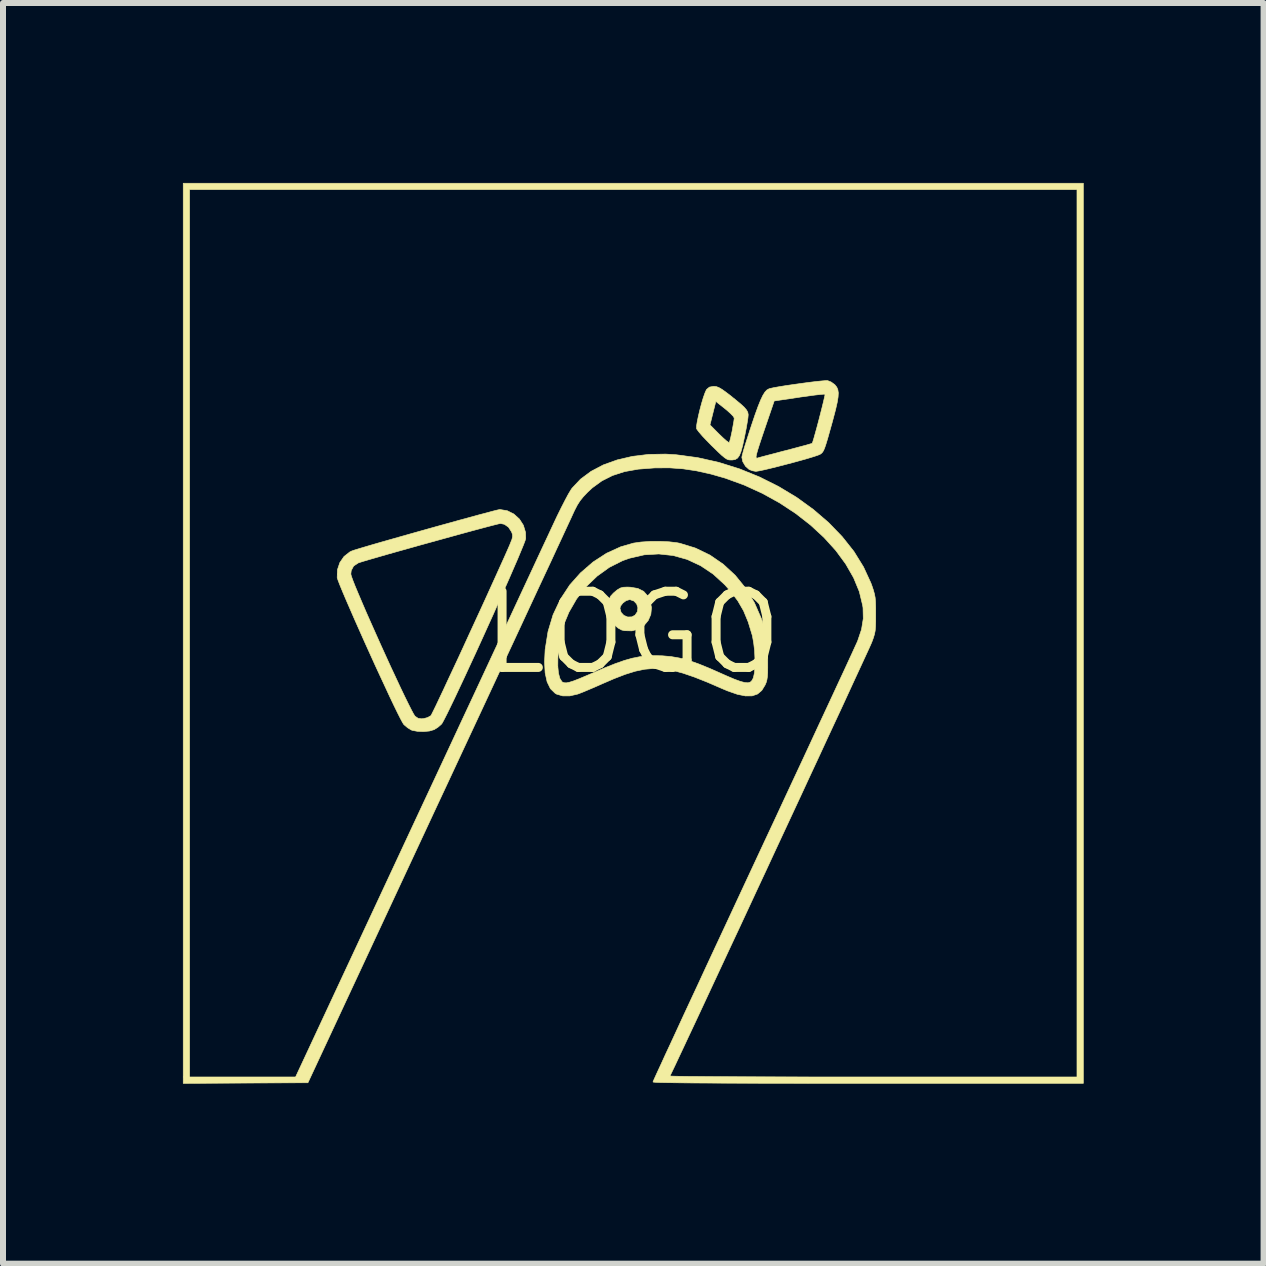
<source format=kicad_pcb>
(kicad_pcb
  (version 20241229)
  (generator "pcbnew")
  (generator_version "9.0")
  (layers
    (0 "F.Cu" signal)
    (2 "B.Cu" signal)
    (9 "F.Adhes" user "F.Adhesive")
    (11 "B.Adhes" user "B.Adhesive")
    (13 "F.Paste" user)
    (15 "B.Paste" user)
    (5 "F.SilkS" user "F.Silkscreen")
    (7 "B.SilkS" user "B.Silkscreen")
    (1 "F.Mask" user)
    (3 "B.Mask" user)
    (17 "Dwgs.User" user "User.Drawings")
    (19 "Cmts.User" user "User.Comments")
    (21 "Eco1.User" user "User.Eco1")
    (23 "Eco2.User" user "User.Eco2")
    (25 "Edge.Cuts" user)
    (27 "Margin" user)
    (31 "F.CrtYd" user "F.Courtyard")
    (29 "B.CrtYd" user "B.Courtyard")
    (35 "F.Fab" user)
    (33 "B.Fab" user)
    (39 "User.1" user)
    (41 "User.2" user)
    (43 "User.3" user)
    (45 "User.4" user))
  (footprint "LOGO"
    (layer "F.Cu")
    (at 7.498 7.498)
    (property "Reference" "LOGO" (at 0 0 0) (layer "F.SilkS") (effects (font (size 1.27 1.27) (thickness 0.15))))
    (attr through_hole)
    (fp_poly (pts (xy -0.04 -0.758) (xy 0.086 -0.737) (xy 0.183 -0.689) (xy 0.253 -0.61) (xy 0.287 -0.54) (xy 0.314 -0.419) (xy 0.303 -0.305) (xy 0.26 -0.204) (xy 0.191 -0.121) (xy 0.098 -0.061) (xy -0.011 -0.03) (xy -0.133 -0.033) (xy -0.183 -0.044) (xy -0.243 -0.077) (xy -0.31 -0.134) (xy -0.369 -0.202) (xy -0.409 -0.268) (xy -0.415 -0.286) (xy -0.423 -0.365) (xy -0.42 -0.406) (xy -0.212 -0.406) (xy -0.193 -0.338) (xy -0.147 -0.288) (xy -0.083 -0.261) (xy -0.014 -0.263) (xy 0.039 -0.291) (xy 0.079 -0.349) (xy 0.087 -0.415) (xy 0.067 -0.478) (xy 0.022 -0.527) (xy -0.043 -0.55) (xy -0.054 -0.55) (xy -0.109 -0.534) (xy -0.163 -0.494) (xy -0.202 -0.443) (xy -0.212 -0.406) (xy -0.42 -0.406) (xy -0.416 -0.458) (xy -0.396 -0.545) (xy -0.367 -0.609) (xy -0.366 -0.61) (xy -0.32 -0.66) (xy -0.261 -0.71) (xy -0.252 -0.716) (xy -0.205 -0.744) (xy -0.156 -0.757) (xy -0.09 -0.76) (xy -0.04 -0.758)) (stroke (width 0.01) (type solid)) (fill yes) (layer "F.SilkS"))
    (fp_poly (pts (xy 1.396 -4.102) (xy 1.44 -4.085) (xy 1.496 -4.052) (xy 1.57 -3.998) (xy 1.611 -3.967) (xy 1.723 -3.877) (xy 1.806 -3.808) (xy 1.863 -3.755) (xy 1.899 -3.712) (xy 1.919 -3.675) (xy 1.926 -3.639) (xy 1.926 -3.627) (xy 1.922 -3.581) (xy 1.91 -3.504) (xy 1.893 -3.405) (xy 1.871 -3.293) (xy 1.863 -3.255) (xy 1.834 -3.12) (xy 1.807 -3.022) (xy 1.78 -2.954) (xy 1.749 -2.911) (xy 1.712 -2.888) (xy 1.663 -2.879) (xy 1.635 -2.879) (xy 1.604 -2.881) (xy 1.572 -2.892) (xy 1.535 -2.916) (xy 1.485 -2.957) (xy 1.419 -3.019) (xy 1.329 -3.107) (xy 1.319 -3.116) (xy 1.236 -3.201) (xy 1.163 -3.278) (xy 1.107 -3.343) (xy 1.073 -3.388) (xy 1.065 -3.403) (xy 1.066 -3.446) (xy 1.068 -3.464) (xy 1.289 -3.464) (xy 1.443 -3.309) (xy 1.508 -3.247) (xy 1.562 -3.199) (xy 1.598 -3.173) (xy 1.61 -3.17) (xy 1.62 -3.197) (xy 1.635 -3.254) (xy 1.652 -3.333) (xy 1.659 -3.365) (xy 1.674 -3.451) (xy 1.687 -3.524) (xy 1.693 -3.571) (xy 1.693 -3.579) (xy 1.678 -3.606) (xy 1.635 -3.651) (xy 1.574 -3.706) (xy 1.54 -3.734) (xy 1.387 -3.855) (xy 1.338 -3.66) (xy 1.289 -3.464) (xy 1.068 -3.464) (xy 1.077 -3.519) (xy 1.096 -3.612) (xy 1.121 -3.717) (xy 1.149 -3.822) (xy 1.178 -3.919) (xy 1.206 -3.998) (xy 1.229 -4.049) (xy 1.234 -4.056) (xy 1.28 -4.094) (xy 1.347 -4.106) (xy 1.353 -4.106) (xy 1.396 -4.102)) (stroke (width 0.01) (type solid)) (fill yes) (layer "F.SilkS"))
    (fp_poly (pts (xy 3.251 -4.202) (xy 3.309 -4.179) (xy 3.367 -4.137) (xy 3.374 -4.13) (xy 3.403 -4.093) (xy 3.421 -4.051) (xy 3.429 -3.998) (xy 3.425 -3.928) (xy 3.41 -3.837) (xy 3.383 -3.718) (xy 3.343 -3.566) (xy 3.326 -3.503) (xy 3.283 -3.35) (xy 3.25 -3.232) (xy 3.223 -3.144) (xy 3.202 -3.082) (xy 3.184 -3.039) (xy 3.167 -3.011) (xy 3.149 -2.991) (xy 3.128 -2.976) (xy 3.125 -2.974) (xy 3.089 -2.959) (xy 3.021 -2.936) (xy 2.925 -2.907) (xy 2.81 -2.874) (xy 2.682 -2.839) (xy 2.549 -2.804) (xy 2.418 -2.77) (xy 2.297 -2.74) (xy 2.192 -2.715) (xy 2.111 -2.698) (xy 2.061 -2.69) (xy 2.053 -2.689) (xy 1.995 -2.7) (xy 1.942 -2.721) (xy 1.881 -2.775) (xy 1.836 -2.851) (xy 1.82 -2.925) (xy 1.823 -2.937) (xy 2.058 -2.937) (xy 2.06 -2.915) (xy 2.069 -2.909) (xy 2.08 -2.911) (xy 2.107 -2.919) (xy 2.169 -2.936) (xy 2.26 -2.96) (xy 2.372 -2.989) (xy 2.499 -3.023) (xy 2.547 -3.035) (xy 2.677 -3.069) (xy 2.792 -3.1) (xy 2.887 -3.125) (xy 2.955 -3.145) (xy 2.99 -3.155) (xy 2.993 -3.157) (xy 3.003 -3.182) (xy 3.021 -3.24) (xy 3.044 -3.322) (xy 3.072 -3.423) (xy 3.101 -3.532) (xy 3.13 -3.645) (xy 3.157 -3.751) (xy 3.18 -3.845) (xy 3.197 -3.919) (xy 3.207 -3.964) (xy 3.207 -3.975) (xy 3.184 -3.976) (xy 3.125 -3.971) (xy 3.037 -3.961) (xy 2.927 -3.946) (xy 2.801 -3.929) (xy 2.778 -3.925) (xy 2.36 -3.863) (xy 2.208 -3.418) (xy 2.154 -3.259) (xy 2.113 -3.135) (xy 2.084 -3.043) (xy 2.066 -2.978) (xy 2.058 -2.937) (xy 1.823 -2.937) (xy 1.827 -2.958) (xy 1.845 -3.026) (xy 1.873 -3.12) (xy 1.91 -3.236) (xy 1.952 -3.368) (xy 1.981 -3.456) (xy 2.04 -3.631) (xy 2.09 -3.769) (xy 2.133 -3.876) (xy 2.17 -3.954) (xy 2.204 -4.009) (xy 2.237 -4.045) (xy 2.272 -4.065) (xy 2.291 -4.071) (xy 2.354 -4.085) (xy 2.445 -4.101) (xy 2.556 -4.119) (xy 2.68 -4.137) (xy 2.808 -4.155) (xy 2.934 -4.172) (xy 3.048 -4.186) (xy 3.145 -4.196) (xy 3.215 -4.202) (xy 3.251 -4.202) (xy 3.251 -4.202)) (stroke (width 0.01) (type solid)) (fill yes) (layer "F.SilkS"))
    (fp_poly (pts (xy 0.607 -1.515) (xy 0.742 -1.499) (xy 0.787 -1.49) (xy 1.047 -1.41) (xy 1.289 -1.293) (xy 1.51 -1.141) (xy 1.709 -0.957) (xy 1.883 -0.743) (xy 2.029 -0.501) (xy 2.146 -0.234) (xy 2.206 -0.046) (xy 2.225 0.032) (xy 2.238 0.113) (xy 2.246 0.206) (xy 2.251 0.323) (xy 2.252 0.445) (xy 2.252 0.573) (xy 2.251 0.667) (xy 2.246 0.736) (xy 2.238 0.788) (xy 2.226 0.831) (xy 2.208 0.873) (xy 2.153 0.963) (xy 2.082 1.023) (xy 1.992 1.054) (xy 1.881 1.055) (xy 1.746 1.028) (xy 1.583 0.971) (xy 1.49 0.932) (xy 1.243 0.825) (xy 1.026 0.739) (xy 0.835 0.674) (xy 0.662 0.628) (xy 0.503 0.603) (xy 0.35 0.597) (xy 0.199 0.61) (xy 0.043 0.643) (xy -0.124 0.695) (xy -0.308 0.766) (xy -0.514 0.855) (xy -0.627 0.905) (xy -0.735 0.951) (xy -0.828 0.99) (xy -0.897 1.017) (xy -0.916 1.024) (xy -1.047 1.054) (xy -1.167 1.054) (xy -1.268 1.025) (xy -1.293 1.01) (xy -1.371 0.934) (xy -1.426 0.821) (xy -1.459 0.672) (xy -1.465 0.562) (xy -1.248 0.562) (xy -1.237 0.675) (xy -1.214 0.762) (xy -1.18 0.816) (xy -1.169 0.825) (xy -1.141 0.835) (xy -1.105 0.837) (xy -1.055 0.827) (xy -0.985 0.805) (xy -0.892 0.769) (xy -0.769 0.717) (xy -0.67 0.675) (xy -0.466 0.587) (xy -0.291 0.517) (xy -0.14 0.464) (xy -0.006 0.426) (xy 0.119 0.401) (xy 0.241 0.387) (xy 0.367 0.383) (xy 0.496 0.386) (xy 0.641 0.399) (xy 0.784 0.424) (xy 0.933 0.463) (xy 1.097 0.52) (xy 1.284 0.596) (xy 1.404 0.649) (xy 1.566 0.721) (xy 1.695 0.776) (xy 1.794 0.812) (xy 1.869 0.832) (xy 1.924 0.836) (xy 1.963 0.824) (xy 1.99 0.797) (xy 2.011 0.756) (xy 2.014 0.746) (xy 2.031 0.669) (xy 2.039 0.562) (xy 2.039 0.436) (xy 2.033 0.303) (xy 2.018 0.174) (xy 1.998 0.06) (xy 1.992 0.037) (xy 1.926 -0.179) (xy 1.849 -0.365) (xy 1.752 -0.532) (xy 1.63 -0.693) (xy 1.538 -0.797) (xy 1.343 -0.976) (xy 1.132 -1.117) (xy 0.909 -1.221) (xy 0.676 -1.286) (xy 0.436 -1.312) (xy 0.194 -1.298) (xy -0.049 -1.242) (xy -0.169 -1.2) (xy -0.389 -1.089) (xy -0.593 -0.942) (xy -0.777 -0.765) (xy -0.935 -0.562) (xy -1.063 -0.34) (xy -1.134 -0.169) (xy -1.179 -0.022) (xy -1.213 0.13) (xy -1.236 0.283) (xy -1.247 0.429) (xy -1.248 0.562) (xy -1.465 0.562) (xy -1.469 0.489) (xy -1.459 0.282) (xy -1.411 -0.018) (xy -1.327 -0.298) (xy -1.205 -0.557) (xy -1.048 -0.796) (xy -0.87 -0.996) (xy -0.66 -1.178) (xy -0.435 -1.324) (xy -0.198 -1.432) (xy 0.014 -1.493) (xy 0.14 -1.511) (xy 0.291 -1.521) (xy 0.452 -1.522) (xy 0.607 -1.515)) (stroke (width 0.01) (type solid)) (fill yes) (layer "F.SilkS"))
    (fp_poly (pts (xy -2.091 -2.033) (xy -1.981 -1.978) (xy -1.889 -1.895) (xy -1.822 -1.791) (xy -1.786 -1.672) (xy -1.783 -1.572) (xy -1.793 -1.535) (xy -1.82 -1.464) (xy -1.862 -1.362) (xy -1.916 -1.232) (xy -1.982 -1.08) (xy -2.057 -0.907) (xy -2.14 -0.719) (xy -2.23 -0.518) (xy -2.323 -0.308) (xy -2.42 -0.094) (xy -2.518 0.122) (xy -2.615 0.335) (xy -2.711 0.542) (xy -2.802 0.739) (xy -2.888 0.922) (xy -2.966 1.088) (xy -3.036 1.233) (xy -3.095 1.354) (xy -3.142 1.446) (xy -3.174 1.506) (xy -3.19 1.528) (xy -3.248 1.578) (xy -3.312 1.618) (xy -3.314 1.618) (xy -3.389 1.64) (xy -3.487 1.649) (xy -3.588 1.645) (xy -3.674 1.629) (xy -3.694 1.621) (xy -3.751 1.586) (xy -3.809 1.537) (xy -3.817 1.529) (xy -3.837 1.497) (xy -3.873 1.43) (xy -3.922 1.333) (xy -3.982 1.21) (xy -4.051 1.065) (xy -4.127 0.901) (xy -4.209 0.725) (xy -4.295 0.539) (xy -4.382 0.347) (xy -4.469 0.155) (xy -4.553 -0.034) (xy -4.634 -0.216) (xy -4.708 -0.386) (xy -4.775 -0.54) (xy -4.832 -0.674) (xy -4.877 -0.783) (xy -4.909 -0.865) (xy -4.925 -0.913) (xy -4.926 -0.921) (xy -4.924 -0.977) (xy -4.699 -0.977) (xy -4.69 -0.942) (xy -4.665 -0.872) (xy -4.626 -0.773) (xy -4.574 -0.649) (xy -4.512 -0.503) (xy -4.442 -0.34) (xy -4.364 -0.164) (xy -4.282 0.02) (xy -4.198 0.208) (xy -4.112 0.397) (xy -4.028 0.581) (xy -3.946 0.756) (xy -3.87 0.919) (xy -3.8 1.065) (xy -3.739 1.189) (xy -3.689 1.288) (xy -3.652 1.357) (xy -3.629 1.392) (xy -3.627 1.394) (xy -3.577 1.428) (xy -3.522 1.436) (xy -3.486 1.433) (xy -3.421 1.416) (xy -3.37 1.388) (xy -3.363 1.383) (xy -3.35 1.359) (xy -3.321 1.301) (xy -3.277 1.211) (xy -3.222 1.094) (xy -3.155 0.953) (xy -3.08 0.791) (xy -2.997 0.614) (xy -2.908 0.424) (xy -2.816 0.224) (xy -2.722 0.019) (xy -2.627 -0.187) (xy -2.533 -0.391) (xy -2.442 -0.59) (xy -2.356 -0.78) (xy -2.276 -0.956) (xy -2.204 -1.116) (xy -2.141 -1.255) (xy -2.09 -1.37) (xy -2.052 -1.457) (xy -2.04 -1.487) (xy -2.012 -1.557) (xy -2.002 -1.604) (xy -2.005 -1.642) (xy -2.019 -1.68) (xy -2.07 -1.759) (xy -2.139 -1.807) (xy -2.203 -1.82) (xy -2.231 -1.815) (xy -2.296 -1.799) (xy -2.393 -1.774) (xy -2.517 -1.741) (xy -2.663 -1.702) (xy -2.828 -1.657) (xy -3.006 -1.608) (xy -3.194 -1.556) (xy -3.386 -1.503) (xy -3.578 -1.45) (xy -3.766 -1.397) (xy -3.945 -1.347) (xy -4.111 -1.3) (xy -4.259 -1.257) (xy -4.384 -1.221) (xy -4.483 -1.192) (xy -4.55 -1.171) (xy -4.578 -1.161) (xy -4.652 -1.111) (xy -4.692 -1.036) (xy -4.699 -0.977) (xy -4.924 -0.977) (xy -4.922 -1.049) (xy -4.882 -1.168) (xy -4.812 -1.27) (xy -4.715 -1.346) (xy -4.684 -1.361) (xy -4.648 -1.374) (xy -4.576 -1.396) (xy -4.473 -1.427) (xy -4.344 -1.465) (xy -4.192 -1.509) (xy -4.023 -1.557) (xy -3.84 -1.609) (xy -3.649 -1.663) (xy -3.453 -1.718) (xy -3.257 -1.773) (xy -3.065 -1.826) (xy -2.882 -1.877) (xy -2.712 -1.923) (xy -2.56 -1.965) (xy -2.43 -1.999) (xy -2.327 -2.027) (xy -2.254 -2.045) (xy -2.216 -2.053) (xy -2.213 -2.053) (xy -2.091 -2.033)) (stroke (width 0.01) (type solid)) (fill yes) (layer "F.SilkS"))
    (fp_poly (pts (xy 7.514 7.514) (xy 3.926 7.514) (xy 3.428 7.514) (xy 2.97 7.514) (xy 2.554 7.513) (xy 2.176 7.513) (xy 1.837 7.512) (xy 1.535 7.511) (xy 1.27 7.509) (xy 1.04 7.508) (xy 0.844 7.506) (xy 0.682 7.504) (xy 0.553 7.502) (xy 0.454 7.5) (xy 0.387 7.497) (xy 0.349 7.494) (xy 0.339 7.491) (xy 0.347 7.47) (xy 0.373 7.412) (xy 0.415 7.32) (xy 0.473 7.195) (xy 0.544 7.039) (xy 0.63 6.855) (xy 0.728 6.643) (xy 0.837 6.406) (xy 0.958 6.146) (xy 1.089 5.865) (xy 1.228 5.564) (xy 1.376 5.246) (xy 1.532 4.912) (xy 1.694 4.564) (xy 1.861 4.205) (xy 2.014 3.877) (xy 2.187 3.506) (xy 2.356 3.145) (xy 2.519 2.794) (xy 2.676 2.457) (xy 2.827 2.134) (xy 2.969 1.828) (xy 3.102 1.541) (xy 3.226 1.275) (xy 3.339 1.032) (xy 3.44 0.814) (xy 3.529 0.623) (xy 3.604 0.46) (xy 3.665 0.328) (xy 3.71 0.229) (xy 3.74 0.164) (xy 3.751 0.139) (xy 3.816 -0.054) (xy 3.845 -0.234) (xy 3.841 -0.413) (xy 3.835 -0.453) (xy 3.779 -0.685) (xy 3.683 -0.917) (xy 3.551 -1.147) (xy 3.386 -1.371) (xy 3.19 -1.587) (xy 2.967 -1.793) (xy 2.72 -1.986) (xy 2.451 -2.163) (xy 2.164 -2.322) (xy 1.862 -2.46) (xy 1.547 -2.575) (xy 1.307 -2.644) (xy 1.065 -2.698) (xy 0.84 -2.732) (xy 0.616 -2.748) (xy 0.374 -2.747) (xy 0.354 -2.746) (xy 0.093 -2.726) (xy -0.136 -2.685) (xy -0.336 -2.62) (xy -0.513 -2.531) (xy -0.671 -2.416) (xy -0.752 -2.341) (xy -0.823 -2.266) (xy -0.877 -2.199) (xy -0.923 -2.127) (xy -0.97 -2.036) (xy -1.006 -1.958) (xy -1.024 -1.918) (xy -1.06 -1.841) (xy -1.112 -1.729) (xy -1.179 -1.584) (xy -1.261 -1.408) (xy -1.356 -1.202) (xy -1.465 -0.969) (xy -1.586 -0.71) (xy -1.718 -0.426) (xy -1.86 -0.12) (xy -2.012 0.207) (xy -2.173 0.552) (xy -2.342 0.915) (xy -2.518 1.293) (xy -2.701 1.685) (xy -2.889 2.088) (xy -3.082 2.502) (xy -3.263 2.889) (xy -5.414 7.504) (xy -6.454 7.509) (xy -7.493 7.515) (xy -7.493 -7.387) (xy -7.387 -7.387) (xy -7.387 7.408) (xy -5.62 7.408) (xy -3.589 3.053) (xy -3.396 2.64) (xy -3.206 2.233) (xy -3.02 1.834) (xy -2.839 1.445) (xy -2.663 1.069) (xy -2.494 0.706) (xy -2.333 0.36) (xy -2.18 0.032) (xy -2.036 -0.277) (xy -1.903 -0.563) (xy -1.781 -0.825) (xy -1.671 -1.061) (xy -1.574 -1.27) (xy -1.491 -1.448) (xy -1.422 -1.595) (xy -1.37 -1.707) (xy -1.334 -1.784) (xy -1.327 -1.799) (xy -1.258 -1.946) (xy -1.19 -2.084) (xy -1.127 -2.207) (xy -1.073 -2.308) (xy -1.03 -2.38) (xy -1.011 -2.408) (xy -0.869 -2.559) (xy -0.694 -2.689) (xy -0.489 -2.797) (xy -0.258 -2.88) (xy -0.005 -2.939) (xy 0.266 -2.972) (xy 0.551 -2.977) (xy 0.728 -2.966) (xy 1.084 -2.918) (xy 1.436 -2.839) (xy 1.781 -2.731) (xy 2.114 -2.596) (xy 2.432 -2.437) (xy 2.733 -2.256) (xy 3.012 -2.054) (xy 3.267 -1.835) (xy 3.493 -1.601) (xy 3.689 -1.354) (xy 3.849 -1.095) (xy 3.972 -0.828) (xy 3.987 -0.788) (xy 4.013 -0.711) (xy 4.031 -0.646) (xy 4.043 -0.584) (xy 4.049 -0.512) (xy 4.052 -0.419) (xy 4.052 -0.307) (xy 4.052 -0.186) (xy 4.049 -0.097) (xy 4.043 -0.029) (xy 4.031 0.029) (xy 4.013 0.088) (xy 3.987 0.159) (xy 3.974 0.189) (xy 3.944 0.256) (xy 3.898 0.356) (xy 3.838 0.486) (xy 3.764 0.646) (xy 3.678 0.832) (xy 3.581 1.043) (xy 3.474 1.275) (xy 3.357 1.526) (xy 3.232 1.795) (xy 3.101 2.079) (xy 2.963 2.375) (xy 2.821 2.682) (xy 2.675 2.996) (xy 2.526 3.316) (xy 2.375 3.64) (xy 2.225 3.964) (xy 2.074 4.287) (xy 1.926 4.606) (xy 1.78 4.92) (xy 1.637 5.225) (xy 1.5 5.519) (xy 1.369 5.8) (xy 1.245 6.066) (xy 1.129 6.315) (xy 1.022 6.544) (xy 0.925 6.75) (xy 0.84 6.932) (xy 0.767 7.087) (xy 0.708 7.213) (xy 0.663 7.307) (xy 0.634 7.367) (xy 0.622 7.392) (xy 0.641 7.393) (xy 0.701 7.395) (xy 0.799 7.397) (xy 0.932 7.399) (xy 1.099 7.4) (xy 1.297 7.402) (xy 1.523 7.403) (xy 1.777 7.404) (xy 2.055 7.405) (xy 2.356 7.406) (xy 2.676 7.407) (xy 3.014 7.408) (xy 3.368 7.408) (xy 3.735 7.408) (xy 4.01 7.408) (xy 7.408 7.408) (xy 7.408 -7.387) (xy -7.387 -7.387) (xy -7.493 -7.387) (xy -7.493 -7.493) (xy 7.514 -7.493) (xy 7.514 7.514)) (stroke (width 0.01) (type solid)) (fill yes) (layer "F.SilkS")))
  (gr_rect
    (start -3 -3)
    (end 18.017 18.018)
    (stroke (width 0.1) (type default))
    (fill no)
    (layer "Edge.Cuts")))
</source>
